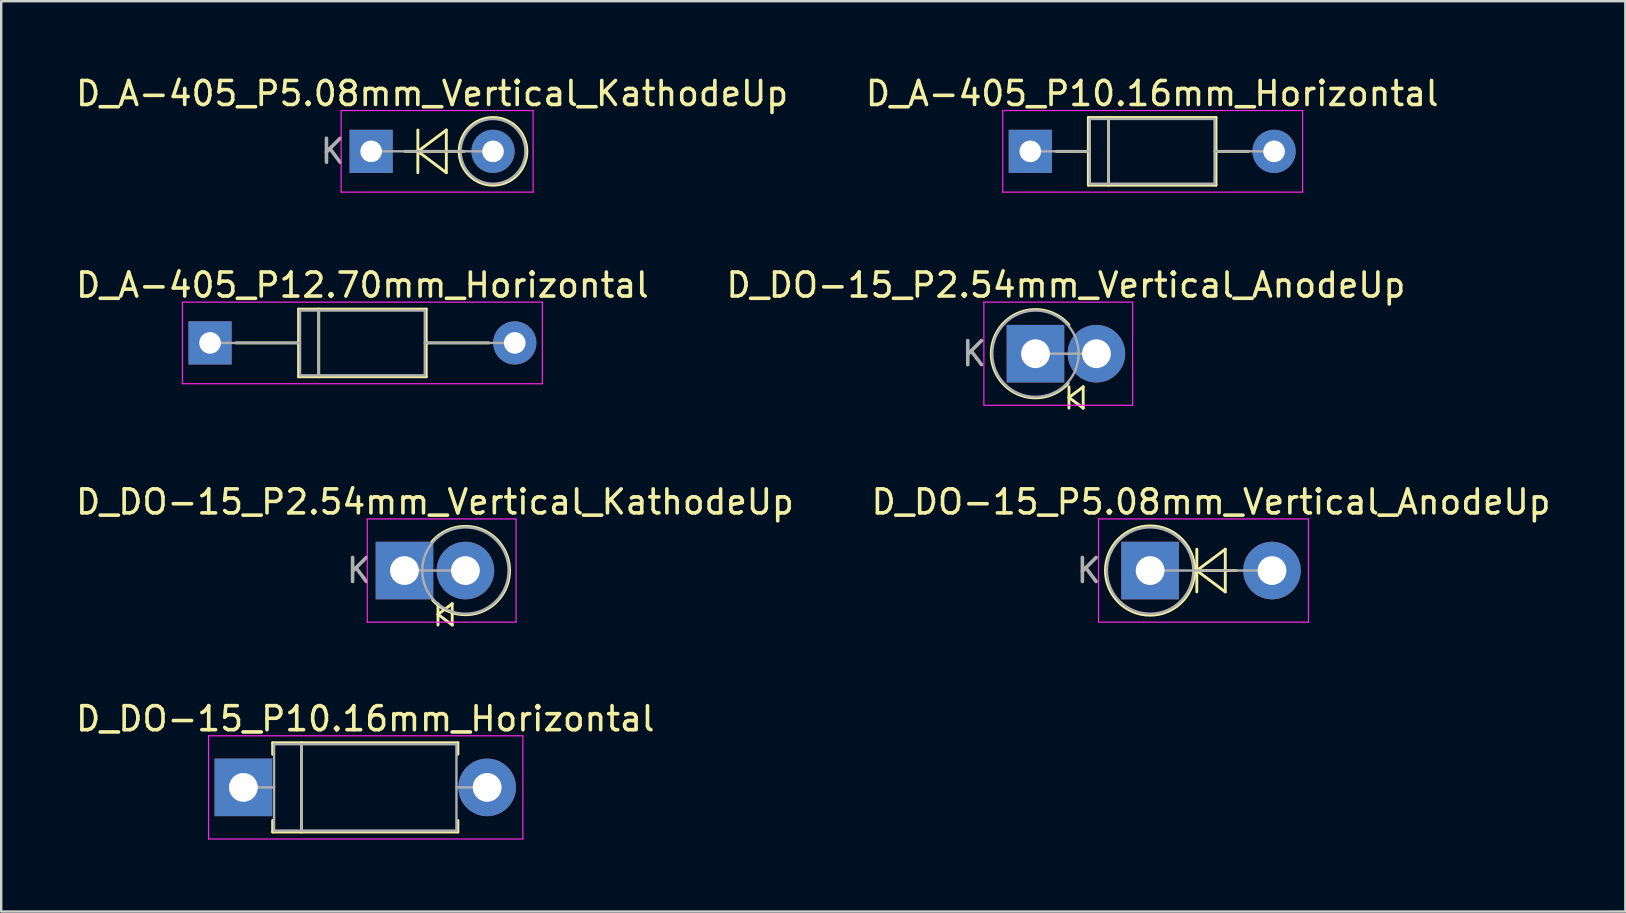
<source format=kicad_pcb>
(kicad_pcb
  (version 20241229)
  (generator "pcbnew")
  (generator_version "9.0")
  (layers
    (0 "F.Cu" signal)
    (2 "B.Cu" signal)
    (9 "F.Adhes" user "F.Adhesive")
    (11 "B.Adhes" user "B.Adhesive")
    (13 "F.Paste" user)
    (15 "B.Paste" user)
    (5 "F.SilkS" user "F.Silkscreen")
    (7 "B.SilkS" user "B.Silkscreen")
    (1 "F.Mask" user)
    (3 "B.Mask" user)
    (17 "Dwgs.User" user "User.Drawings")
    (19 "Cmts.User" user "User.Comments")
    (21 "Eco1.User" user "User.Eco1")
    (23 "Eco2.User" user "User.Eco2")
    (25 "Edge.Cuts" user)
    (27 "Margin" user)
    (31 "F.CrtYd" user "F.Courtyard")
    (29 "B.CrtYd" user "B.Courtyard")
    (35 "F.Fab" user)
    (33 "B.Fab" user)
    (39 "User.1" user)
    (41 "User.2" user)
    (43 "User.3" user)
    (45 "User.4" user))
  (footprint "D_DO-15_P2.54mm_Vertical_KathodeUp"
    (layer "F.Cu")
    (at 13.807 20.729)
    (property "Reference" "D_DO-15_P2.54mm_Vertical_KathodeUp" (at 1.27 -2.86 0) (layer "F.SilkS") (effects (font (size 1 1) (thickness 0.15))))
    (attr through_hole)
    (fp_line (start 1.397 1.38) (end 1.397 2.269) (stroke (width 0.12) (type solid)) (layer "F.SilkS"))
    (fp_line (start 1.397 1.825) (end 1.99 1.38) (stroke (width 0.12) (type solid)) (layer "F.SilkS"))
    (fp_line (start 1.99 1.38) (end 1.99 2.269) (stroke (width 0.12) (type solid)) (layer "F.SilkS"))
    (fp_line (start 1.99 2.269) (end 1.397 1.825) (stroke (width 0.12) (type solid)) (layer "F.SilkS"))
    (fp_arc (start 1.144758 -1.2) (mid 4.380161 -0.022557) (end 1.174592 1.23384) (stroke (width 0.12) (type solid)) (layer "F.SilkS"))
    (fp_line (start -1.55 -2.15) (end -1.55 2.15) (stroke (width 0.05) (type solid)) (layer "F.CrtYd"))
    (fp_line (start -1.55 2.15) (end 4.65 2.15) (stroke (width 0.05) (type solid)) (layer "F.CrtYd"))
    (fp_line (start 4.65 -2.15) (end -1.55 -2.15) (stroke (width 0.05) (type solid)) (layer "F.CrtYd"))
    (fp_line (start 4.65 2.15) (end 4.65 -2.15) (stroke (width 0.05) (type solid)) (layer "F.CrtYd"))
    (fp_line (start 0 0) (end 2.54 0) (stroke (width 0.1) (type solid)) (layer "F.Fab"))
    (fp_circle (center 2.54 0) (end 4.34 0) (stroke (width 0.1) (type solid)) (fill no) (layer "F.Fab"))
    (fp_text user "K" (at -1.9 0 0) (layer "F.Fab") (effects (font (size 1 1) (thickness 0.15))))
    (pad "1" thru_hole rect (at 0 0) (size 2.4 2.4) (drill 1.2) (layers "*.Cu" "*.Mask"))
    (pad "2" thru_hole oval (at 2.54 0) (size 2.4 2.4) (drill 1.2) (layers "*.Cu" "*.Mask")))
  (footprint "D_A-405_P5.08mm_Vertical_KathodeUp"
    (layer "F.Cu")
    (at 12.418 3.258)
    (property "Reference" "D_A-405_P5.08mm_Vertical_KathodeUp" (at 2.54 -2.41 0) (layer "F.SilkS") (effects (font (size 1 1) (thickness 0.15))))
    (attr through_hole)
    (fp_line (start 1.41 0) (end 3.88 0) (stroke (width 0.12) (type solid)) (layer "F.SilkS"))
    (fp_line (start 1.947 -0.889) (end 1.947 0.889) (stroke (width 0.12) (type solid)) (layer "F.SilkS"))
    (fp_line (start 1.947 0) (end 3.133 -0.889) (stroke (width 0.12) (type solid)) (layer "F.SilkS"))
    (fp_line (start 3.133 -0.889) (end 3.133 0.889) (stroke (width 0.12) (type solid)) (layer "F.SilkS"))
    (fp_line (start 3.133 0.889) (end 1.947 0) (stroke (width 0.12) (type solid)) (layer "F.SilkS"))
    (fp_circle (center 5.08 0) (end 6.49 0) (stroke (width 0.12) (type solid)) (fill no) (layer "F.SilkS"))
    (fp_line (start -1.25 -1.7) (end -1.25 1.7) (stroke (width 0.05) (type solid)) (layer "F.CrtYd"))
    (fp_line (start -1.25 1.7) (end 6.75 1.7) (stroke (width 0.05) (type solid)) (layer "F.CrtYd"))
    (fp_line (start 6.75 -1.7) (end -1.25 -1.7) (stroke (width 0.05) (type solid)) (layer "F.CrtYd"))
    (fp_line (start 6.75 1.7) (end 6.75 -1.7) (stroke (width 0.05) (type solid)) (layer "F.CrtYd"))
    (fp_line (start 0 0) (end 5.08 0) (stroke (width 0.1) (type solid)) (layer "F.Fab"))
    (fp_circle (center 5.08 0) (end 6.43 0) (stroke (width 0.1) (type solid)) (fill no) (layer "F.Fab"))
    (fp_text user "K" (at -1.6 0 0) (layer "F.Fab") (effects (font (size 1 1) (thickness 0.15))))
    (pad "1" thru_hole rect (at 0 0) (size 1.8 1.8) (drill 0.9) (layers "*.Cu" "*.Mask"))
    (pad "2" thru_hole oval (at 5.08 0) (size 1.8 1.8) (drill 0.9) (layers "*.Cu" "*.Mask")))
  (footprint "D_DO-15_P5.08mm_Vertical_AnodeUp"
    (layer "F.Cu")
    (at 44.883 20.729)
    (property "Reference" "D_DO-15_P5.08mm_Vertical_AnodeUp" (at 2.54 -2.86 0) (layer "F.SilkS") (effects (font (size 1 1) (thickness 0.15))))
    (attr through_hole)
    (fp_line (start 1.86 0) (end 3.58 0) (stroke (width 0.12) (type solid)) (layer "F.SilkS"))
    (fp_line (start 1.947 -0.889) (end 1.947 0.889) (stroke (width 0.12) (type solid)) (layer "F.SilkS"))
    (fp_line (start 1.947 0) (end 3.133 -0.889) (stroke (width 0.12) (type solid)) (layer "F.SilkS"))
    (fp_line (start 3.133 -0.889) (end 3.133 0.889) (stroke (width 0.12) (type solid)) (layer "F.SilkS"))
    (fp_line (start 3.133 0.889) (end 1.947 0) (stroke (width 0.12) (type solid)) (layer "F.SilkS"))
    (fp_circle (center 0 0) (end 1.86 0) (stroke (width 0.12) (type solid)) (fill no) (layer "F.SilkS"))
    (fp_line (start -2.15 -2.15) (end -2.15 2.15) (stroke (width 0.05) (type solid)) (layer "F.CrtYd"))
    (fp_line (start -2.15 2.15) (end 6.6 2.15) (stroke (width 0.05) (type solid)) (layer "F.CrtYd"))
    (fp_line (start 6.6 -2.15) (end -2.15 -2.15) (stroke (width 0.05) (type solid)) (layer "F.CrtYd"))
    (fp_line (start 6.6 2.15) (end 6.6 -2.15) (stroke (width 0.05) (type solid)) (layer "F.CrtYd"))
    (fp_line (start 0 0) (end 5.08 0) (stroke (width 0.1) (type solid)) (layer "F.Fab"))
    (fp_circle (center 0 0) (end 1.8 0) (stroke (width 0.1) (type solid)) (fill no) (layer "F.Fab"))
    (fp_text user "K" (at -2.56 0 0) (layer "F.Fab") (effects (font (size 1 1) (thickness 0.15))))
    (pad "1" thru_hole rect (at 0 0) (size 2.4 2.4) (drill 1.2) (layers "*.Cu" "*.Mask"))
    (pad "2" thru_hole oval (at 5.08 0) (size 2.4 2.4) (drill 1.2) (layers "*.Cu" "*.Mask")))
  (footprint "D_A-405_P12.70mm_Horizontal"
    (layer "F.Cu")
    (at 5.704 11.242)
    (property "Reference" "D_A-405_P12.70mm_Horizontal" (at 6.35 -2.41 0) (layer "F.SilkS") (effects (font (size 1 1) (thickness 0.15))))
    (attr through_hole)
    (fp_line (start 1.08 0) (end 3.69 0) (stroke (width 0.12) (type solid)) (layer "F.SilkS"))
    (fp_line (start 3.69 -1.41) (end 3.69 1.41) (stroke (width 0.12) (type solid)) (layer "F.SilkS"))
    (fp_line (start 3.69 1.41) (end 9.01 1.41) (stroke (width 0.12) (type solid)) (layer "F.SilkS"))
    (fp_line (start 4.53 -1.41) (end 4.53 1.41) (stroke (width 0.12) (type solid)) (layer "F.SilkS"))
    (fp_line (start 9.01 -1.41) (end 3.69 -1.41) (stroke (width 0.12) (type solid)) (layer "F.SilkS"))
    (fp_line (start 9.01 1.41) (end 9.01 -1.41) (stroke (width 0.12) (type solid)) (layer "F.SilkS"))
    (fp_line (start 11.62 0) (end 9.01 0) (stroke (width 0.12) (type solid)) (layer "F.SilkS"))
    (fp_line (start -1.15 -1.7) (end -1.15 1.7) (stroke (width 0.05) (type solid)) (layer "F.CrtYd"))
    (fp_line (start -1.15 1.7) (end 13.85 1.7) (stroke (width 0.05) (type solid)) (layer "F.CrtYd"))
    (fp_line (start 13.85 -1.7) (end -1.15 -1.7) (stroke (width 0.05) (type solid)) (layer "F.CrtYd"))
    (fp_line (start 13.85 1.7) (end 13.85 -1.7) (stroke (width 0.05) (type solid)) (layer "F.CrtYd"))
    (fp_line (start 0 0) (end 3.75 0) (stroke (width 0.1) (type solid)) (layer "F.Fab"))
    (fp_line (start 3.75 -1.35) (end 3.75 1.35) (stroke (width 0.1) (type solid)) (layer "F.Fab"))
    (fp_line (start 3.75 1.35) (end 8.95 1.35) (stroke (width 0.1) (type solid)) (layer "F.Fab"))
    (fp_line (start 4.53 -1.35) (end 4.53 1.35) (stroke (width 0.1) (type solid)) (layer "F.Fab"))
    (fp_line (start 8.95 -1.35) (end 3.75 -1.35) (stroke (width 0.1) (type solid)) (layer "F.Fab"))
    (fp_line (start 8.95 1.35) (end 8.95 -1.35) (stroke (width 0.1) (type solid)) (layer "F.Fab"))
    (fp_line (start 12.7 0) (end 8.95 0) (stroke (width 0.1) (type solid)) (layer "F.Fab"))
    (pad "1" thru_hole rect (at 0 0) (size 1.8 1.8) (drill 0.9) (layers "*.Cu" "*.Mask"))
    (pad "2" thru_hole oval (at 12.7 0) (size 1.8 1.8) (drill 0.9) (layers "*.Cu" "*.Mask")))
  (footprint "D_A-405_P10.16mm_Horizontal"
    (layer "F.Cu")
    (at 39.89 3.258)
    (property "Reference" "D_A-405_P10.16mm_Horizontal" (at 5.08 -2.41 0) (layer "F.SilkS") (effects (font (size 1 1) (thickness 0.15))))
    (attr through_hole)
    (fp_line (start 1.08 0) (end 2.42 0) (stroke (width 0.12) (type solid)) (layer "F.SilkS"))
    (fp_line (start 2.42 -1.41) (end 2.42 1.41) (stroke (width 0.12) (type solid)) (layer "F.SilkS"))
    (fp_line (start 2.42 1.41) (end 7.74 1.41) (stroke (width 0.12) (type solid)) (layer "F.SilkS"))
    (fp_line (start 3.26 -1.41) (end 3.26 1.41) (stroke (width 0.12) (type solid)) (layer "F.SilkS"))
    (fp_line (start 7.74 -1.41) (end 2.42 -1.41) (stroke (width 0.12) (type solid)) (layer "F.SilkS"))
    (fp_line (start 7.74 1.41) (end 7.74 -1.41) (stroke (width 0.12) (type solid)) (layer "F.SilkS"))
    (fp_line (start 9.08 0) (end 7.74 0) (stroke (width 0.12) (type solid)) (layer "F.SilkS"))
    (fp_line (start -1.15 -1.7) (end -1.15 1.7) (stroke (width 0.05) (type solid)) (layer "F.CrtYd"))
    (fp_line (start -1.15 1.7) (end 11.35 1.7) (stroke (width 0.05) (type solid)) (layer "F.CrtYd"))
    (fp_line (start 11.35 -1.7) (end -1.15 -1.7) (stroke (width 0.05) (type solid)) (layer "F.CrtYd"))
    (fp_line (start 11.35 1.7) (end 11.35 -1.7) (stroke (width 0.05) (type solid)) (layer "F.CrtYd"))
    (fp_line (start 0 0) (end 2.48 0) (stroke (width 0.1) (type solid)) (layer "F.Fab"))
    (fp_line (start 2.48 -1.35) (end 2.48 1.35) (stroke (width 0.1) (type solid)) (layer "F.Fab"))
    (fp_line (start 2.48 1.35) (end 7.68 1.35) (stroke (width 0.1) (type solid)) (layer "F.Fab"))
    (fp_line (start 3.26 -1.35) (end 3.26 1.35) (stroke (width 0.1) (type solid)) (layer "F.Fab"))
    (fp_line (start 7.68 -1.35) (end 2.48 -1.35) (stroke (width 0.1) (type solid)) (layer "F.Fab"))
    (fp_line (start 7.68 1.35) (end 7.68 -1.35) (stroke (width 0.1) (type solid)) (layer "F.Fab"))
    (fp_line (start 10.16 0) (end 7.68 0) (stroke (width 0.1) (type solid)) (layer "F.Fab"))
    (pad "1" thru_hole rect (at 0 0) (size 1.8 1.8) (drill 0.9) (layers "*.Cu" "*.Mask"))
    (pad "2" thru_hole oval (at 10.16 0) (size 1.8 1.8) (drill 0.9) (layers "*.Cu" "*.Mask")))
  (footprint "D_DO-15_P2.54mm_Vertical_AnodeUp"
    (layer "F.Cu")
    (at 40.105 11.691)
    (property "Reference" "D_DO-15_P2.54mm_Vertical_AnodeUp" (at 1.27 -2.86 0) (layer "F.SilkS") (effects (font (size 1 1) (thickness 0.15))))
    (attr through_hole)
    (fp_line (start 1.397 1.38) (end 1.397 2.269) (stroke (width 0.12) (type solid)) (layer "F.SilkS"))
    (fp_line (start 1.397 1.825) (end 1.99 1.38) (stroke (width 0.12) (type solid)) (layer "F.SilkS"))
    (fp_line (start 1.99 1.38) (end 1.99 2.269) (stroke (width 0.12) (type solid)) (layer "F.SilkS"))
    (fp_line (start 1.99 2.269) (end 1.397 1.825) (stroke (width 0.12) (type solid)) (layer "F.SilkS"))
    (fp_arc (start 1.365408 1.23384) (mid -1.840161 -0.022557) (end 1.395242 -1.2) (stroke (width 0.12) (type solid)) (layer "F.SilkS"))
    (fp_line (start -2.15 -2.15) (end -2.15 2.15) (stroke (width 0.05) (type solid)) (layer "F.CrtYd"))
    (fp_line (start -2.15 2.15) (end 4.05 2.15) (stroke (width 0.05) (type solid)) (layer "F.CrtYd"))
    (fp_line (start 4.05 -2.15) (end -2.15 -2.15) (stroke (width 0.05) (type solid)) (layer "F.CrtYd"))
    (fp_line (start 4.05 2.15) (end 4.05 -2.15) (stroke (width 0.05) (type solid)) (layer "F.CrtYd"))
    (fp_line (start 0 0) (end 2.54 0) (stroke (width 0.1) (type solid)) (layer "F.Fab"))
    (fp_circle (center 0 0) (end 1.8 0) (stroke (width 0.1) (type solid)) (fill no) (layer "F.Fab"))
    (fp_text user "K" (at -2.56 0 0) (layer "F.Fab") (effects (font (size 1 1) (thickness 0.15))))
    (pad "1" thru_hole rect (at 0 0) (size 2.4 2.4) (drill 1.2) (layers "*.Cu" "*.Mask"))
    (pad "2" thru_hole oval (at 2.54 0) (size 2.4 2.4) (drill 1.2) (layers "*.Cu" "*.Mask")))
  (footprint "D_DO-15_P10.16mm_Horizontal"
    (layer "F.Cu")
    (at 7.093 29.766)
    (property "Reference" "D_DO-15_P10.16mm_Horizontal" (at 5.08 -2.86 0) (layer "F.SilkS") (effects (font (size 1 1) (thickness 0.15))))
    (attr through_hole)
    (fp_line (start 1.22 -1.86) (end 8.94 -1.86) (stroke (width 0.12) (type solid)) (layer "F.SilkS"))
    (fp_line (start 1.22 -1.38) (end 1.22 -1.86) (stroke (width 0.12) (type solid)) (layer "F.SilkS"))
    (fp_line (start 1.22 1.38) (end 1.22 1.86) (stroke (width 0.12) (type solid)) (layer "F.SilkS"))
    (fp_line (start 1.22 1.86) (end 8.94 1.86) (stroke (width 0.12) (type solid)) (layer "F.SilkS"))
    (fp_line (start 2.42 -1.86) (end 2.42 1.86) (stroke (width 0.12) (type solid)) (layer "F.SilkS"))
    (fp_line (start 8.94 -1.86) (end 8.94 -1.38) (stroke (width 0.12) (type solid)) (layer "F.SilkS"))
    (fp_line (start 8.94 1.86) (end 8.94 1.38) (stroke (width 0.12) (type solid)) (layer "F.SilkS"))
    (fp_line (start -1.45 -2.15) (end -1.45 2.15) (stroke (width 0.05) (type solid)) (layer "F.CrtYd"))
    (fp_line (start -1.45 2.15) (end 11.65 2.15) (stroke (width 0.05) (type solid)) (layer "F.CrtYd"))
    (fp_line (start 11.65 -2.15) (end -1.45 -2.15) (stroke (width 0.05) (type solid)) (layer "F.CrtYd"))
    (fp_line (start 11.65 2.15) (end 11.65 -2.15) (stroke (width 0.05) (type solid)) (layer "F.CrtYd"))
    (fp_line (start 0 0) (end 1.28 0) (stroke (width 0.1) (type solid)) (layer "F.Fab"))
    (fp_line (start 1.28 -1.8) (end 1.28 1.8) (stroke (width 0.1) (type solid)) (layer "F.Fab"))
    (fp_line (start 1.28 1.8) (end 8.88 1.8) (stroke (width 0.1) (type solid)) (layer "F.Fab"))
    (fp_line (start 2.42 -1.8) (end 2.42 1.8) (stroke (width 0.1) (type solid)) (layer "F.Fab"))
    (fp_line (start 8.88 -1.8) (end 1.28 -1.8) (stroke (width 0.1) (type solid)) (layer "F.Fab"))
    (fp_line (start 8.88 1.8) (end 8.88 -1.8) (stroke (width 0.1) (type solid)) (layer "F.Fab"))
    (fp_line (start 10.16 0) (end 8.88 0) (stroke (width 0.1) (type solid)) (layer "F.Fab"))
    (pad "1" thru_hole rect (at 0 0) (size 2.4 2.4) (drill 1.2) (layers "*.Cu" "*.Mask"))
    (pad "2" thru_hole oval (at 10.16 0) (size 2.4 2.4) (drill 1.2) (layers "*.Cu" "*.Mask")))
  (gr_rect
    (start -3 -3)
    (end 64.69 34.941)
    (stroke (width 0.1) (type default))
    (fill no)
    (layer "Edge.Cuts")))
</source>
